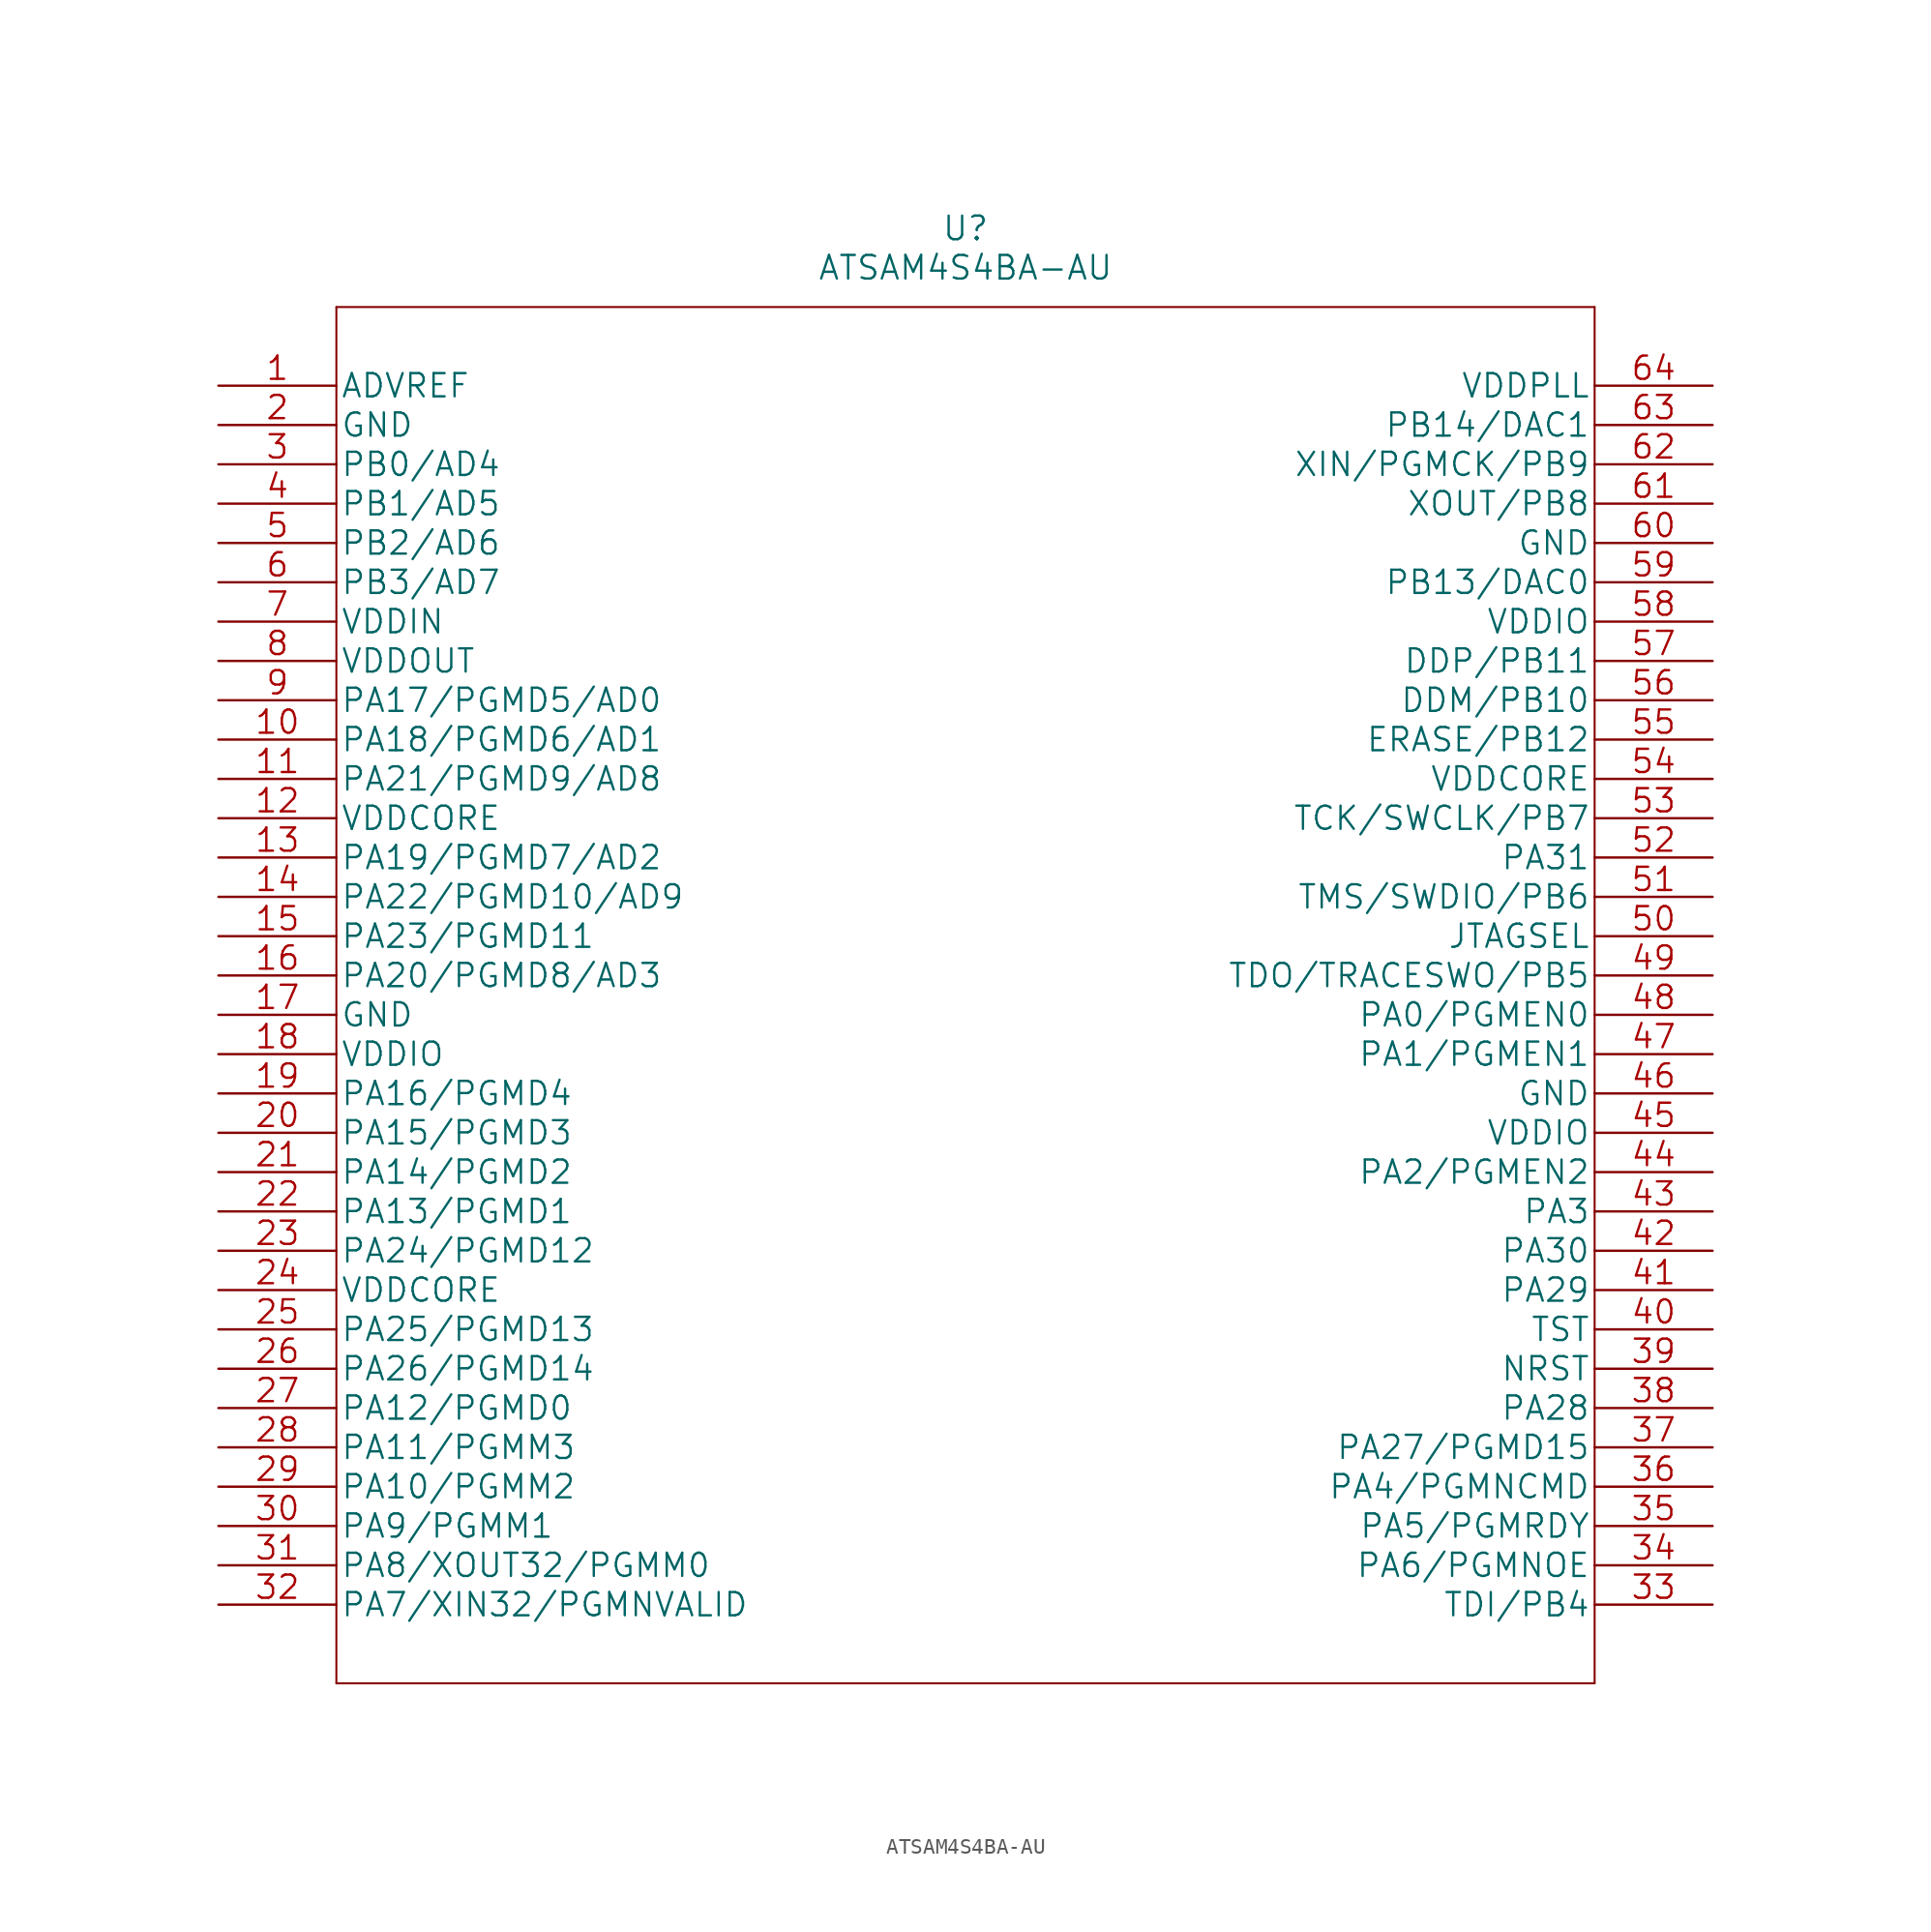
<source format=kicad_sym>
(kicad_symbol_lib
  (version 20211014)
  (generator kicad_symbol_editor)
  (symbol "ATSAM4S4BA-AU"
    (pin_names
      (offset 0.254))
    (property "Reference" "U"
      (at 48.26 10.16 0)
      (effects (font (size 1.524 1.524))))
    (property "Value" "ATSAM4S4BA-AU"
      (at 48.26 7.62 0)
      (effects (font (size 1.524 1.524))))
    (property "Datasheet" ""
      (at 0 0 0)
      (effects (font (size 1.524 1.524))))
    (property "ki_locked" ""
      (at 0 0 0)
      (effects (font (size 1.27 1.27))))
    (symbol "ATSAM4S4BA-AU_1_1"
      (polyline (pts (xy 7.62 -83.82) (xy 88.9 -83.82)) (stroke (width 0.127) (type default) (color 0 0 0 0)) (fill (type none)))
      (polyline (pts (xy 7.62 5.08) (xy 7.62 -83.82)) (stroke (width 0.127) (type default) (color 0 0 0 0)) (fill (type none)))
      (polyline (pts (xy 88.9 -83.82) (xy 88.9 5.08)) (stroke (width 0.127) (type default) (color 0 0 0 0)) (fill (type none)))
      (polyline (pts (xy 88.9 5.08) (xy 7.62 5.08)) (stroke (width 0.127) (type default) (color 0 0 0 0)) (fill (type none)))
      (pin power_in line (at 0 0 0) (length 7.62) (name "ADVREF" (effects (font (size 1.499 1.499)))) (number "1" (effects (font (size 1.499 1.499)))))
      (pin bidirectional line (at 0 -22.86 0) (length 7.62) (name "PA18/PGMD6/AD1" (effects (font (size 1.499 1.499)))) (number "10" (effects (font (size 1.499 1.499)))))
      (pin bidirectional line (at 0 -25.4 0) (length 7.62) (name "PA21/PGMD9/AD8" (effects (font (size 1.499 1.499)))) (number "11" (effects (font (size 1.499 1.499)))))
      (pin power_in line (at 0 -27.94 0) (length 7.62) (name "VDDCORE" (effects (font (size 1.499 1.499)))) (number "12" (effects (font (size 1.499 1.499)))))
      (pin bidirectional line (at 0 -30.48 0) (length 7.62) (name "PA19/PGMD7/AD2" (effects (font (size 1.499 1.499)))) (number "13" (effects (font (size 1.499 1.499)))))
      (pin bidirectional line (at 0 -33.02 0) (length 7.62) (name "PA22/PGMD10/AD9" (effects (font (size 1.499 1.499)))) (number "14" (effects (font (size 1.499 1.499)))))
      (pin bidirectional line (at 0 -35.56 0) (length 7.62) (name "PA23/PGMD11" (effects (font (size 1.499 1.499)))) (number "15" (effects (font (size 1.499 1.499)))))
      (pin bidirectional line (at 0 -38.1 0) (length 7.62) (name "PA20/PGMD8/AD3" (effects (font (size 1.499 1.499)))) (number "16" (effects (font (size 1.499 1.499)))))
      (pin power_in line (at 0 -40.64 0) (length 7.62) (name "GND" (effects (font (size 1.499 1.499)))) (number "17" (effects (font (size 1.499 1.499)))))
      (pin power_in line (at 0 -43.18 0) (length 7.62) (name "VDDIO" (effects (font (size 1.499 1.499)))) (number "18" (effects (font (size 1.499 1.499)))))
      (pin bidirectional line (at 0 -45.72 0) (length 7.62) (name "PA16/PGMD4" (effects (font (size 1.499 1.499)))) (number "19" (effects (font (size 1.499 1.499)))))
      (pin power_in line (at 0 -2.54 0) (length 7.62) (name "GND" (effects (font (size 1.499 1.499)))) (number "2" (effects (font (size 1.499 1.499)))))
      (pin bidirectional line (at 0 -48.26 0) (length 7.62) (name "PA15/PGMD3" (effects (font (size 1.499 1.499)))) (number "20" (effects (font (size 1.499 1.499)))))
      (pin bidirectional line (at 0 -50.8 0) (length 7.62) (name "PA14/PGMD2" (effects (font (size 1.499 1.499)))) (number "21" (effects (font (size 1.499 1.499)))))
      (pin bidirectional line (at 0 -53.34 0) (length 7.62) (name "PA13/PGMD1" (effects (font (size 1.499 1.499)))) (number "22" (effects (font (size 1.499 1.499)))))
      (pin bidirectional line (at 0 -55.88 0) (length 7.62) (name "PA24/PGMD12" (effects (font (size 1.499 1.499)))) (number "23" (effects (font (size 1.499 1.499)))))
      (pin power_in line (at 0 -58.42 0) (length 7.62) (name "VDDCORE" (effects (font (size 1.499 1.499)))) (number "24" (effects (font (size 1.499 1.499)))))
      (pin bidirectional line (at 0 -60.96 0) (length 7.62) (name "PA25/PGMD13" (effects (font (size 1.499 1.499)))) (number "25" (effects (font (size 1.499 1.499)))))
      (pin bidirectional line (at 0 -63.5 0) (length 7.62) (name "PA26/PGMD14" (effects (font (size 1.499 1.499)))) (number "26" (effects (font (size 1.499 1.499)))))
      (pin bidirectional line (at 0 -66.04 0) (length 7.62) (name "PA12/PGMD0" (effects (font (size 1.499 1.499)))) (number "27" (effects (font (size 1.499 1.499)))))
      (pin bidirectional line (at 0 -68.58 0) (length 7.62) (name "PA11/PGMM3" (effects (font (size 1.499 1.499)))) (number "28" (effects (font (size 1.499 1.499)))))
      (pin bidirectional line (at 0 -71.12 0) (length 7.62) (name "PA10/PGMM2" (effects (font (size 1.499 1.499)))) (number "29" (effects (font (size 1.499 1.499)))))
      (pin bidirectional line (at 0 -5.08 0) (length 7.62) (name "PB0/AD4" (effects (font (size 1.499 1.499)))) (number "3" (effects (font (size 1.499 1.499)))))
      (pin bidirectional line (at 0 -73.66 0) (length 7.62) (name "PA9/PGMM1" (effects (font (size 1.499 1.499)))) (number "30" (effects (font (size 1.499 1.499)))))
      (pin output line (at 0 -76.2 0) (length 7.62) (name "PA8/XOUT32/PGMM0" (effects (font (size 1.499 1.499)))) (number "31" (effects (font (size 1.499 1.499)))))
      (pin input line (at 0 -78.74 0) (length 7.62) (name "PA7/XIN32/PGMNVALID" (effects (font (size 1.499 1.499)))) (number "32" (effects (font (size 1.499 1.499)))))
      (pin unspecified line (at 96.52 -78.74 180) (length 7.62) (name "TDI/PB4" (effects (font (size 1.499 1.499)))) (number "33" (effects (font (size 1.499 1.499)))))
      (pin bidirectional line (at 96.52 -76.2 180) (length 7.62) (name "PA6/PGMNOE" (effects (font (size 1.499 1.499)))) (number "34" (effects (font (size 1.499 1.499)))))
      (pin bidirectional line (at 96.52 -73.66 180) (length 7.62) (name "PA5/PGMRDY" (effects (font (size 1.499 1.499)))) (number "35" (effects (font (size 1.499 1.499)))))
      (pin bidirectional line (at 96.52 -71.12 180) (length 7.62) (name "PA4/PGMNCMD" (effects (font (size 1.499 1.499)))) (number "36" (effects (font (size 1.499 1.499)))))
      (pin bidirectional line (at 96.52 -68.58 180) (length 7.62) (name "PA27/PGMD15" (effects (font (size 1.499 1.499)))) (number "37" (effects (font (size 1.499 1.499)))))
      (pin bidirectional line (at 96.52 -66.04 180) (length 7.62) (name "PA28" (effects (font (size 1.499 1.499)))) (number "38" (effects (font (size 1.499 1.499)))))
      (pin unspecified line (at 96.52 -63.5 180) (length 7.62) (name "NRST" (effects (font (size 1.499 1.499)))) (number "39" (effects (font (size 1.499 1.499)))))
      (pin bidirectional line (at 0 -7.62 0) (length 7.62) (name "PB1/AD5" (effects (font (size 1.499 1.499)))) (number "4" (effects (font (size 1.499 1.499)))))
      (pin unspecified line (at 96.52 -60.96 180) (length 7.62) (name "TST" (effects (font (size 1.499 1.499)))) (number "40" (effects (font (size 1.499 1.499)))))
      (pin bidirectional line (at 96.52 -58.42 180) (length 7.62) (name "PA29" (effects (font (size 1.499 1.499)))) (number "41" (effects (font (size 1.499 1.499)))))
      (pin bidirectional line (at 96.52 -55.88 180) (length 7.62) (name "PA30" (effects (font (size 1.499 1.499)))) (number "42" (effects (font (size 1.499 1.499)))))
      (pin bidirectional line (at 96.52 -53.34 180) (length 7.62) (name "PA3" (effects (font (size 1.499 1.499)))) (number "43" (effects (font (size 1.499 1.499)))))
      (pin bidirectional line (at 96.52 -50.8 180) (length 7.62) (name "PA2/PGMEN2" (effects (font (size 1.499 1.499)))) (number "44" (effects (font (size 1.499 1.499)))))
      (pin power_in line (at 96.52 -48.26 180) (length 7.62) (name "VDDIO" (effects (font (size 1.499 1.499)))) (number "45" (effects (font (size 1.499 1.499)))))
      (pin power_in line (at 96.52 -45.72 180) (length 7.62) (name "GND" (effects (font (size 1.499 1.499)))) (number "46" (effects (font (size 1.499 1.499)))))
      (pin bidirectional line (at 96.52 -43.18 180) (length 7.62) (name "PA1/PGMEN1" (effects (font (size 1.499 1.499)))) (number "47" (effects (font (size 1.499 1.499)))))
      (pin bidirectional line (at 96.52 -40.64 180) (length 7.62) (name "PA0/PGMEN0" (effects (font (size 1.499 1.499)))) (number "48" (effects (font (size 1.499 1.499)))))
      (pin unspecified line (at 96.52 -38.1 180) (length 7.62) (name "TDO/TRACESWO/PB5" (effects (font (size 1.499 1.499)))) (number "49" (effects (font (size 1.499 1.499)))))
      (pin bidirectional line (at 0 -10.16 0) (length 7.62) (name "PB2/AD6" (effects (font (size 1.499 1.499)))) (number "5" (effects (font (size 1.499 1.499)))))
      (pin unspecified line (at 96.52 -35.56 180) (length 7.62) (name "JTAGSEL" (effects (font (size 1.499 1.499)))) (number "50" (effects (font (size 1.499 1.499)))))
      (pin unspecified line (at 96.52 -33.02 180) (length 7.62) (name "TMS/SWDIO/PB6" (effects (font (size 1.499 1.499)))) (number "51" (effects (font (size 1.499 1.499)))))
      (pin bidirectional line (at 96.52 -30.48 180) (length 7.62) (name "PA31" (effects (font (size 1.499 1.499)))) (number "52" (effects (font (size 1.499 1.499)))))
      (pin unspecified line (at 96.52 -27.94 180) (length 7.62) (name "TCK/SWCLK/PB7" (effects (font (size 1.499 1.499)))) (number "53" (effects (font (size 1.499 1.499)))))
      (pin power_in line (at 96.52 -25.4 180) (length 7.62) (name "VDDCORE" (effects (font (size 1.499 1.499)))) (number "54" (effects (font (size 1.499 1.499)))))
      (pin unspecified line (at 96.52 -22.86 180) (length 7.62) (name "ERASE/PB12" (effects (font (size 1.499 1.499)))) (number "55" (effects (font (size 1.499 1.499)))))
      (pin unspecified line (at 96.52 -20.32 180) (length 7.62) (name "DDM/PB10" (effects (font (size 1.499 1.499)))) (number "56" (effects (font (size 1.499 1.499)))))
      (pin unspecified line (at 96.52 -17.78 180) (length 7.62) (name "DDP/PB11" (effects (font (size 1.499 1.499)))) (number "57" (effects (font (size 1.499 1.499)))))
      (pin power_in line (at 96.52 -15.24 180) (length 7.62) (name "VDDIO" (effects (font (size 1.499 1.499)))) (number "58" (effects (font (size 1.499 1.499)))))
      (pin bidirectional line (at 96.52 -12.7 180) (length 7.62) (name "PB13/DAC0" (effects (font (size 1.499 1.499)))) (number "59" (effects (font (size 1.499 1.499)))))
      (pin bidirectional line (at 0 -12.7 0) (length 7.62) (name "PB3/AD7" (effects (font (size 1.499 1.499)))) (number "6" (effects (font (size 1.499 1.499)))))
      (pin power_in line (at 96.52 -10.16 180) (length 7.62) (name "GND" (effects (font (size 1.499 1.499)))) (number "60" (effects (font (size 1.499 1.499)))))
      (pin output line (at 96.52 -7.62 180) (length 7.62) (name "XOUT/PB8" (effects (font (size 1.499 1.499)))) (number "61" (effects (font (size 1.499 1.499)))))
      (pin unspecified line (at 96.52 -5.08 180) (length 7.62) (name "XIN/PGMCK/PB9" (effects (font (size 1.499 1.499)))) (number "62" (effects (font (size 1.499 1.499)))))
      (pin bidirectional line (at 96.52 -2.54 180) (length 7.62) (name "PB14/DAC1" (effects (font (size 1.499 1.499)))) (number "63" (effects (font (size 1.499 1.499)))))
      (pin power_in line (at 96.52 0 180) (length 7.62) (name "VDDPLL" (effects (font (size 1.499 1.499)))) (number "64" (effects (font (size 1.499 1.499)))))
      (pin power_in line (at 0 -15.24 0) (length 7.62) (name "VDDIN" (effects (font (size 1.499 1.499)))) (number "7" (effects (font (size 1.499 1.499)))))
      (pin output line (at 0 -17.78 0) (length 7.62) (name "VDDOUT" (effects (font (size 1.499 1.499)))) (number "8" (effects (font (size 1.499 1.499)))))
      (pin bidirectional line (at 0 -20.32 0) (length 7.62) (name "PA17/PGMD5/AD0" (effects (font (size 1.499 1.499)))) (number "9" (effects (font (size 1.499 1.499))))))))
</source>
